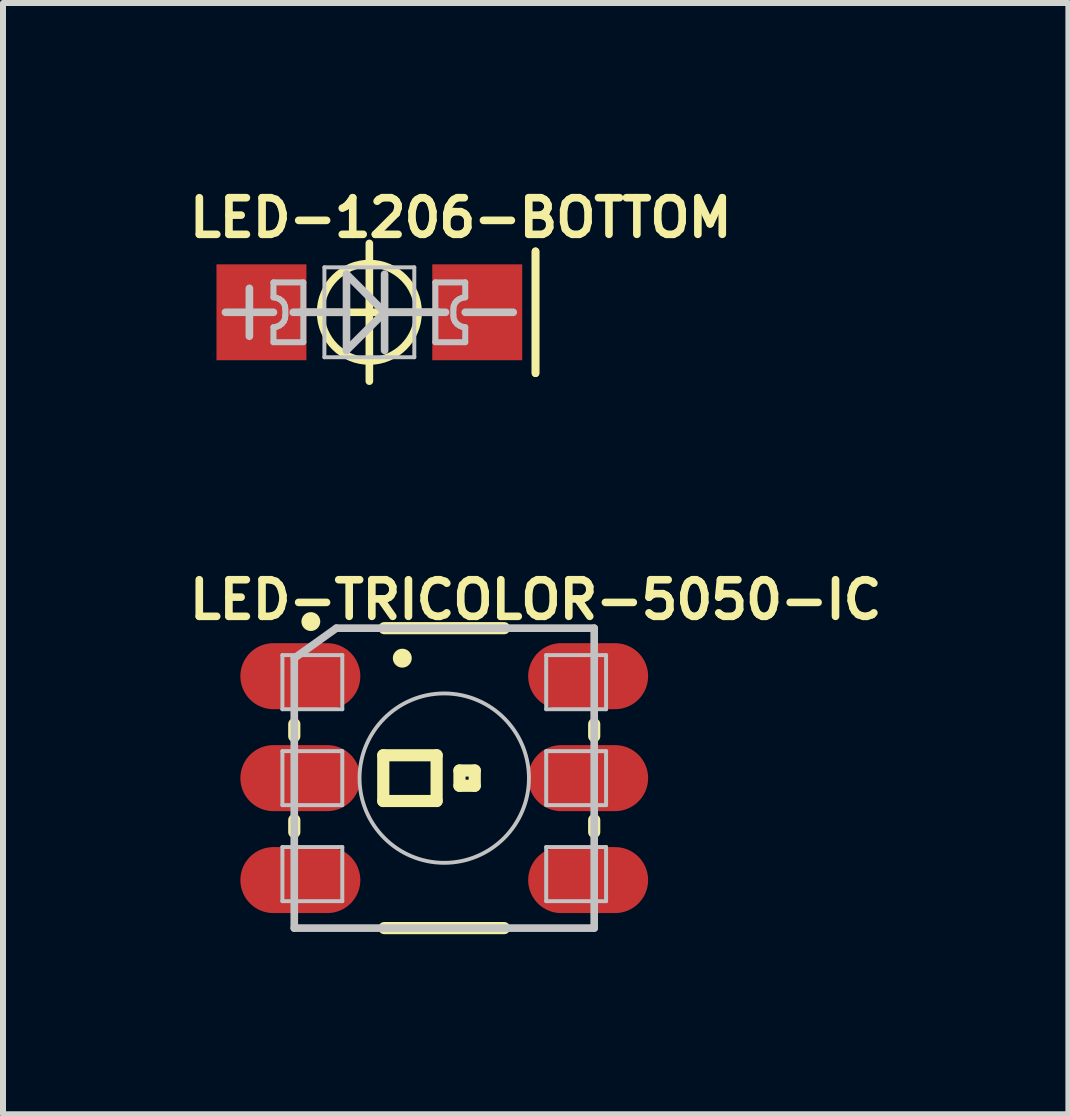
<source format=kicad_pcb>
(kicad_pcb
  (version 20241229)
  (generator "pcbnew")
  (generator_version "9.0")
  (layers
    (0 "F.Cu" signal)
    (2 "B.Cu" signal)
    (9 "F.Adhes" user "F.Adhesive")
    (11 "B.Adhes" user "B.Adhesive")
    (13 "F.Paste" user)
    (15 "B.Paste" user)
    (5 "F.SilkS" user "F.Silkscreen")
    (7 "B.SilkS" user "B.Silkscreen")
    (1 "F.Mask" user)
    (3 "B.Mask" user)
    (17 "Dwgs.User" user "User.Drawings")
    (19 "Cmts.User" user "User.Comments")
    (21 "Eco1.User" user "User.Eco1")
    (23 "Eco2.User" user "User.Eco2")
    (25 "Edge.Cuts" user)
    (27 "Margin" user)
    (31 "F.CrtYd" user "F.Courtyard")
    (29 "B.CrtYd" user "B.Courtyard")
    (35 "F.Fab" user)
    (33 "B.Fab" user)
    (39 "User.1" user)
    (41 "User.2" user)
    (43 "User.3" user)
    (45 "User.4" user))
  (footprint "LED-1206-BOTTOM"
    (layer "F.Cu")
    (at 3.105 2.154)
    (property "Reference" "LED-1206-BOTTOM" (at 1.524 -1.575 0) (layer "F.SilkS") (effects (font (size 0.61 0.61) (thickness 0.127))))
    (attr smd)
    (fp_line (start -1.148 0) (end 1.148 0) (stroke (width 0.127) (type solid)) (layer "F.SilkS"))
    (fp_line (start 0 1.148) (end 0 -1.148) (stroke (width 0.127) (type solid)) (layer "F.SilkS"))
    (fp_line (start 2.769 -1.016) (end 2.769 1.016) (stroke (width 0.127) (type solid)) (layer "F.SilkS"))
    (fp_line (start 2.769 -1.016) (end 2.769 1.016) (stroke (width 0.127) (type solid)) (layer "F.SilkS"))
    (fp_circle (center 0 0) (end -0.574 0.574) (stroke (width 0.127) (type solid)) (fill no) (layer "F.SilkS"))
    (fp_line (start -2.398 0) (end -1.598 0) (stroke (width 0.127) (type solid)) (layer "Dwgs.User"))
    (fp_line (start -1.999 -0.399) (end -1.999 0.399) (stroke (width 0.127) (type solid)) (layer "Dwgs.User"))
    (fp_line (start -1.598 -0.498) (end -1.1 -0.498) (stroke (width 0.1) (type solid)) (layer "Dwgs.User"))
    (fp_line (start -1.598 -0.249) (end -1.598 -0.498) (stroke (width 0.1) (type solid)) (layer "Dwgs.User"))
    (fp_line (start -1.598 0.249) (end -1.547 0.241) (stroke (width 0.1) (type solid)) (layer "Dwgs.User"))
    (fp_line (start -1.598 0.498) (end -1.598 0.249) (stroke (width 0.1) (type solid)) (layer "Dwgs.User"))
    (fp_line (start -1.547 -0.241) (end -1.598 -0.249) (stroke (width 0.1) (type solid)) (layer "Dwgs.User"))
    (fp_line (start -1.547 0.241) (end -1.499 0.221) (stroke (width 0.1) (type solid)) (layer "Dwgs.User"))
    (fp_line (start -1.499 -0.221) (end -1.547 -0.241) (stroke (width 0.1) (type solid)) (layer "Dwgs.User"))
    (fp_line (start -1.499 0.221) (end -1.458 0.191) (stroke (width 0.1) (type solid)) (layer "Dwgs.User"))
    (fp_line (start -1.458 -0.191) (end -1.499 -0.221) (stroke (width 0.1) (type solid)) (layer "Dwgs.User"))
    (fp_line (start -1.458 0.191) (end -1.425 0.15) (stroke (width 0.1) (type solid)) (layer "Dwgs.User"))
    (fp_line (start -1.425 -0.15) (end -1.458 -0.191) (stroke (width 0.1) (type solid)) (layer "Dwgs.User"))
    (fp_line (start -1.425 0.15) (end -1.405 0.102) (stroke (width 0.1) (type solid)) (layer "Dwgs.User"))
    (fp_line (start -1.405 -0.102) (end -1.425 -0.15) (stroke (width 0.1) (type solid)) (layer "Dwgs.User"))
    (fp_line (start -1.405 0.102) (end -1.4 0.048) (stroke (width 0.1) (type solid)) (layer "Dwgs.User"))
    (fp_line (start -1.4 -0.048) (end -1.405 -0.102) (stroke (width 0.1) (type solid)) (layer "Dwgs.User"))
    (fp_line (start -1.4 0.048) (end -1.4 -0.048) (stroke (width 0.1) (type solid)) (layer "Dwgs.User"))
    (fp_line (start -1.27 0) (end -0.381 0) (stroke (width 0.127) (type solid)) (layer "Dwgs.User"))
    (fp_line (start -1.1 -0.498) (end -1.1 0.498) (stroke (width 0.1) (type solid)) (layer "Dwgs.User"))
    (fp_line (start -1.1 0.498) (end -1.598 0.498) (stroke (width 0.1) (type solid)) (layer "Dwgs.User"))
    (fp_line (start -0.749 -0.749) (end 0.749 -0.749) (stroke (width 0.066) (type solid)) (layer "Dwgs.User"))
    (fp_line (start -0.749 0.749) (end -0.749 -0.749) (stroke (width 0.066) (type solid)) (layer "Dwgs.User"))
    (fp_line (start -0.749 0.749) (end 0.749 0.749) (stroke (width 0.066) (type solid)) (layer "Dwgs.User"))
    (fp_line (start -0.381 -0.635) (end 0.254 0) (stroke (width 0.127) (type solid)) (layer "Dwgs.User"))
    (fp_line (start -0.381 0) (end -0.381 -0.635) (stroke (width 0.127) (type solid)) (layer "Dwgs.User"))
    (fp_line (start -0.381 0.635) (end -0.381 0) (stroke (width 0.127) (type solid)) (layer "Dwgs.User"))
    (fp_line (start 0.254 0) (end -0.381 0.635) (stroke (width 0.127) (type solid)) (layer "Dwgs.User"))
    (fp_line (start 0.254 0) (end 0.254 -0.635) (stroke (width 0.127) (type solid)) (layer "Dwgs.User"))
    (fp_line (start 0.254 0) (end 0.254 0.635) (stroke (width 0.127) (type solid)) (layer "Dwgs.User"))
    (fp_line (start 0.254 0) (end 1.27 0) (stroke (width 0.127) (type solid)) (layer "Dwgs.User"))
    (fp_line (start 0.749 0.749) (end 0.749 -0.749) (stroke (width 0.066) (type solid)) (layer "Dwgs.User"))
    (fp_line (start 1.1 -0.498) (end 1.598 -0.498) (stroke (width 0.1) (type solid)) (layer "Dwgs.User"))
    (fp_line (start 1.1 0.498) (end 1.1 -0.498) (stroke (width 0.1) (type solid)) (layer "Dwgs.User"))
    (fp_line (start 1.4 -0.048) (end 1.4 0.048) (stroke (width 0.1) (type solid)) (layer "Dwgs.User"))
    (fp_line (start 1.4 0.048) (end 1.405 0.102) (stroke (width 0.1) (type solid)) (layer "Dwgs.User"))
    (fp_line (start 1.405 -0.102) (end 1.4 -0.048) (stroke (width 0.1) (type solid)) (layer "Dwgs.User"))
    (fp_line (start 1.405 0.102) (end 1.425 0.15) (stroke (width 0.1) (type solid)) (layer "Dwgs.User"))
    (fp_line (start 1.425 -0.15) (end 1.405 -0.102) (stroke (width 0.1) (type solid)) (layer "Dwgs.User"))
    (fp_line (start 1.425 0.15) (end 1.458 0.191) (stroke (width 0.1) (type solid)) (layer "Dwgs.User"))
    (fp_line (start 1.458 -0.191) (end 1.425 -0.15) (stroke (width 0.1) (type solid)) (layer "Dwgs.User"))
    (fp_line (start 1.458 0.191) (end 1.499 0.221) (stroke (width 0.1) (type solid)) (layer "Dwgs.User"))
    (fp_line (start 1.499 -0.221) (end 1.458 -0.191) (stroke (width 0.1) (type solid)) (layer "Dwgs.User"))
    (fp_line (start 1.499 0.221) (end 1.547 0.241) (stroke (width 0.1) (type solid)) (layer "Dwgs.User"))
    (fp_line (start 1.547 -0.241) (end 1.499 -0.221) (stroke (width 0.1) (type solid)) (layer "Dwgs.User"))
    (fp_line (start 1.547 0.241) (end 1.598 0.249) (stroke (width 0.1) (type solid)) (layer "Dwgs.User"))
    (fp_line (start 1.598 -0.498) (end 1.598 -0.249) (stroke (width 0.1) (type solid)) (layer "Dwgs.User"))
    (fp_line (start 1.598 -0.249) (end 1.547 -0.241) (stroke (width 0.1) (type solid)) (layer "Dwgs.User"))
    (fp_line (start 1.598 0) (end 2.398 0) (stroke (width 0.127) (type solid)) (layer "Dwgs.User"))
    (fp_line (start 1.598 0.249) (end 1.598 0.498) (stroke (width 0.1) (type solid)) (layer "Dwgs.User"))
    (fp_line (start 1.598 0.498) (end 1.1 0.498) (stroke (width 0.1) (type solid)) (layer "Dwgs.User"))
    (pad "A" smd rect (at -1.798 0) (size 1.499 1.598) (layers "F.Cu" "F.Mask" "F.Paste"))
    (pad "C" smd rect (at 1.798 0) (size 1.499 1.598) (layers "F.Cu" "F.Mask" "F.Paste")))
  (footprint "LED-TRICOLOR-5050-IC"
    (layer "F.Cu")
    (at 4.353 9.917)
    (property "Reference" "LED-TRICOLOR-5050-IC" (at 1.524 -2.972 0) (layer "F.SilkS") (effects (font (size 0.61 0.61) (thickness 0.127))))
    (attr smd)
    (fp_line (start -2.499 -0.699) (end -2.499 -0.899) (stroke (width 0.203) (type solid)) (layer "F.SilkS"))
    (fp_line (start -2.499 0.899) (end -2.499 0.699) (stroke (width 0.203) (type solid)) (layer "F.SilkS"))
    (fp_line (start -1.016 -0.381) (end -0.127 -0.381) (stroke (width 0.203) (type solid)) (layer "F.SilkS"))
    (fp_line (start -1.016 0.381) (end -1.016 -0.381) (stroke (width 0.203) (type solid)) (layer "F.SilkS"))
    (fp_line (start -0.998 -2.499) (end 0.998 -2.499) (stroke (width 0.203) (type solid)) (layer "F.SilkS"))
    (fp_line (start -0.998 2.499) (end 0.998 2.499) (stroke (width 0.203) (type solid)) (layer "F.SilkS"))
    (fp_line (start -0.127 -0.381) (end -0.127 0.381) (stroke (width 0.203) (type solid)) (layer "F.SilkS"))
    (fp_line (start -0.127 0.381) (end -1.016 0.381) (stroke (width 0.203) (type solid)) (layer "F.SilkS"))
    (fp_line (start 0.254 -0.127) (end 0.508 -0.127) (stroke (width 0.203) (type solid)) (layer "F.SilkS"))
    (fp_line (start 0.254 0.127) (end 0.254 -0.127) (stroke (width 0.203) (type solid)) (layer "F.SilkS"))
    (fp_line (start 0.508 -0.127) (end 0.508 0.127) (stroke (width 0.203) (type solid)) (layer "F.SilkS"))
    (fp_line (start 0.508 0.127) (end 0.254 0.127) (stroke (width 0.203) (type solid)) (layer "F.SilkS"))
    (fp_line (start 2.499 -0.699) (end 2.499 -0.899) (stroke (width 0.203) (type solid)) (layer "F.SilkS"))
    (fp_line (start 2.499 0.899) (end 2.499 0.699) (stroke (width 0.203) (type solid)) (layer "F.SilkS"))
    (fp_circle (center -2.223 -2.609) (end -2.334 -2.72) (stroke (width 0) (type solid)) (fill yes) (layer "F.SilkS"))
    (fp_circle (center -0.699 -1.999) (end -0.81 -2.111) (stroke (width 0) (type solid)) (fill yes) (layer "F.SilkS"))
    (fp_line (start -2.697 -2.05) (end -1.699 -2.05) (stroke (width 0.066) (type solid)) (layer "Dwgs.User"))
    (fp_line (start -2.697 -1.148) (end -2.697 -2.05) (stroke (width 0.066) (type solid)) (layer "Dwgs.User"))
    (fp_line (start -2.697 -1.148) (end -1.699 -1.148) (stroke (width 0.066) (type solid)) (layer "Dwgs.User"))
    (fp_line (start -2.697 -0.45) (end -1.699 -0.45) (stroke (width 0.066) (type solid)) (layer "Dwgs.User"))
    (fp_line (start -2.697 0.45) (end -2.697 -0.45) (stroke (width 0.066) (type solid)) (layer "Dwgs.User"))
    (fp_line (start -2.697 0.45) (end -1.699 0.45) (stroke (width 0.066) (type solid)) (layer "Dwgs.User"))
    (fp_line (start -2.697 1.148) (end -1.699 1.148) (stroke (width 0.066) (type solid)) (layer "Dwgs.User"))
    (fp_line (start -2.697 2.05) (end -2.697 1.148) (stroke (width 0.066) (type solid)) (layer "Dwgs.User"))
    (fp_line (start -2.697 2.05) (end -1.699 2.05) (stroke (width 0.066) (type solid)) (layer "Dwgs.User"))
    (fp_line (start -2.499 -1.999) (end -1.798 -2.499) (stroke (width 0.127) (type solid)) (layer "Dwgs.User"))
    (fp_line (start -2.499 2.499) (end -2.499 -1.999) (stroke (width 0.127) (type solid)) (layer "Dwgs.User"))
    (fp_line (start -1.798 -2.499) (end 2.499 -2.499) (stroke (width 0.127) (type solid)) (layer "Dwgs.User"))
    (fp_line (start -1.699 -1.148) (end -1.699 -2.05) (stroke (width 0.066) (type solid)) (layer "Dwgs.User"))
    (fp_line (start -1.699 0.45) (end -1.699 -0.45) (stroke (width 0.066) (type solid)) (layer "Dwgs.User"))
    (fp_line (start -1.699 2.05) (end -1.699 1.148) (stroke (width 0.066) (type solid)) (layer "Dwgs.User"))
    (fp_line (start 1.699 -2.05) (end 2.697 -2.05) (stroke (width 0.066) (type solid)) (layer "Dwgs.User"))
    (fp_line (start 1.699 -1.148) (end 1.699 -2.05) (stroke (width 0.066) (type solid)) (layer "Dwgs.User"))
    (fp_line (start 1.699 -1.148) (end 2.697 -1.148) (stroke (width 0.066) (type solid)) (layer "Dwgs.User"))
    (fp_line (start 1.699 -0.45) (end 2.697 -0.45) (stroke (width 0.066) (type solid)) (layer "Dwgs.User"))
    (fp_line (start 1.699 0.45) (end 1.699 -0.45) (stroke (width 0.066) (type solid)) (layer "Dwgs.User"))
    (fp_line (start 1.699 0.45) (end 2.697 0.45) (stroke (width 0.066) (type solid)) (layer "Dwgs.User"))
    (fp_line (start 1.699 1.148) (end 2.697 1.148) (stroke (width 0.066) (type solid)) (layer "Dwgs.User"))
    (fp_line (start 1.699 2.05) (end 1.699 1.148) (stroke (width 0.066) (type solid)) (layer "Dwgs.User"))
    (fp_line (start 1.699 2.05) (end 2.697 2.05) (stroke (width 0.066) (type solid)) (layer "Dwgs.User"))
    (fp_line (start 2.499 -2.499) (end 2.499 2.499) (stroke (width 0.127) (type solid)) (layer "Dwgs.User"))
    (fp_line (start 2.499 2.499) (end -2.499 2.499) (stroke (width 0.127) (type solid)) (layer "Dwgs.User"))
    (fp_line (start 2.697 -1.148) (end 2.697 -2.05) (stroke (width 0.066) (type solid)) (layer "Dwgs.User"))
    (fp_line (start 2.697 0.45) (end 2.697 -0.45) (stroke (width 0.066) (type solid)) (layer "Dwgs.User"))
    (fp_line (start 2.697 2.05) (end 2.697 1.148) (stroke (width 0.066) (type solid)) (layer "Dwgs.User"))
    (fp_circle (center 0 0) (end -0.998 0.998) (stroke (width 0.064) (type solid)) (fill no) (layer "Dwgs.User"))
    (pad "1" smd oval (at -2.398 -1.699) (size 1.999 1.1) (layers "F.Cu" "F.Mask" "F.Paste"))
    (pad "2" smd oval (at -2.398 0) (size 1.999 1.1) (layers "F.Cu" "F.Mask" "F.Paste"))
    (pad "3" smd oval (at -2.398 1.699) (size 1.999 1.1) (layers "F.Cu" "F.Mask" "F.Paste"))
    (pad "4" smd oval (at 2.398 1.699) (size 1.999 1.1) (layers "F.Cu" "F.Mask" "F.Paste"))
    (pad "5" smd oval (at 2.398 0) (size 1.999 1.1) (layers "F.Cu" "F.Mask" "F.Paste"))
    (pad "6" smd oval (at 2.398 -1.699) (size 1.999 1.1) (layers "F.Cu" "F.Mask" "F.Paste")))
  (gr_rect
    (start -3 -3)
    (end 14.754 15.518)
    (stroke (width 0.1) (type default))
    (fill no)
    (layer "Edge.Cuts")))
</source>
